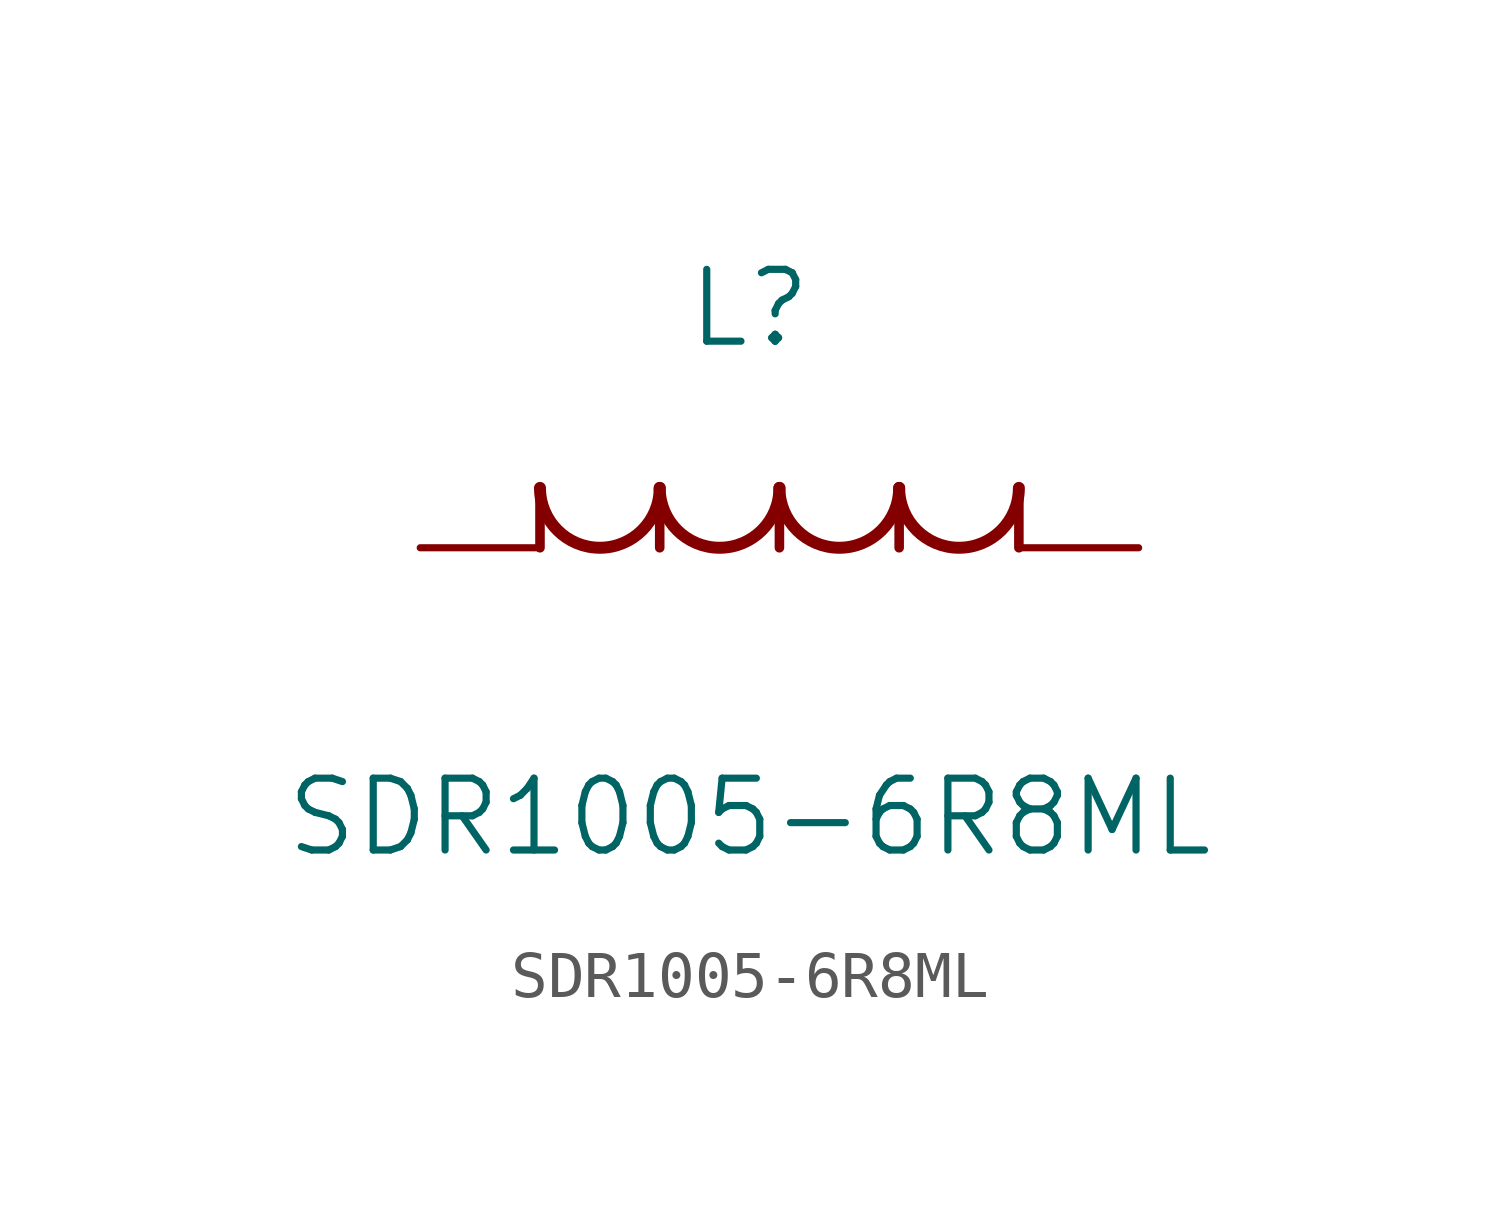
<source format=kicad_sym>
(kicad_symbol_lib
  (version 20211014)
  (generator kicad_symbol_editor)
  (symbol "SDR1005-6R8ML"
    (pin_numbers hide)
    (pin_names
      (offset 1.651) hide)
    (property "Reference" "L"
      (at 6.985 5.08 0)
      (effects (font (size 1.524 1.524))))
    (property "Value" "SDR1005-6R8ML"
      (at 6.985 -5.715 0)
      (effects (font (size 1.524 1.524))))
    (property "Datasheet" ""
      (at 0 0 0)
      (effects (font (size 1.524 1.524))))
    (symbol "SDR1005-6R8ML_1_1"
      (polyline (pts (xy 2.54 0) (xy 2.54 1.27)) (stroke (width 0.203) (type default) (color 0 0 0 0)) (fill (type none)))
      (polyline (pts (xy 5.08 0) (xy 5.08 1.27)) (stroke (width 0.203) (type default) (color 0 0 0 0)) (fill (type none)))
      (polyline (pts (xy 7.62 0) (xy 7.62 1.27)) (stroke (width 0.203) (type default) (color 0 0 0 0)) (fill (type none)))
      (polyline (pts (xy 10.16 0) (xy 10.16 1.27)) (stroke (width 0.203) (type default) (color 0 0 0 0)) (fill (type none)))
      (polyline (pts (xy 12.7 0) (xy 12.7 1.27)) (stroke (width 0.203) (type default) (color 0 0 0 0)) (fill (type none)))
      (arc (start 2.54 1.27) (mid 3.81 0) (end 5.08 1.27) (stroke (width 0.254) (type default) (color 0 0 0 0)) (fill (type none)))
      (arc (start 5.08 1.27) (mid 6.35 0) (end 7.62 1.27) (stroke (width 0.254) (type default) (color 0 0 0 0)) (fill (type none)))
      (arc (start 7.62 1.27) (mid 8.89 0) (end 10.16 1.27) (stroke (width 0.254) (type default) (color 0 0 0 0)) (fill (type none)))
      (arc (start 10.16 1.27) (mid 11.43 0) (end 12.7 1.27) (stroke (width 0.254) (type default) (color 0 0 0 0)) (fill (type none)))
      (pin unspecified line (at 15.24 0 180) (length 2.54) (name "1" (effects (font (size 1.499 1.499)))) (number "1" (effects (font (size 1.499 1.499)))))
      (pin unspecified line (at 0 0 0) (length 2.54) (name "2" (effects (font (size 1.499 1.499)))) (number "2" (effects (font (size 1.499 1.499))))))))
</source>
